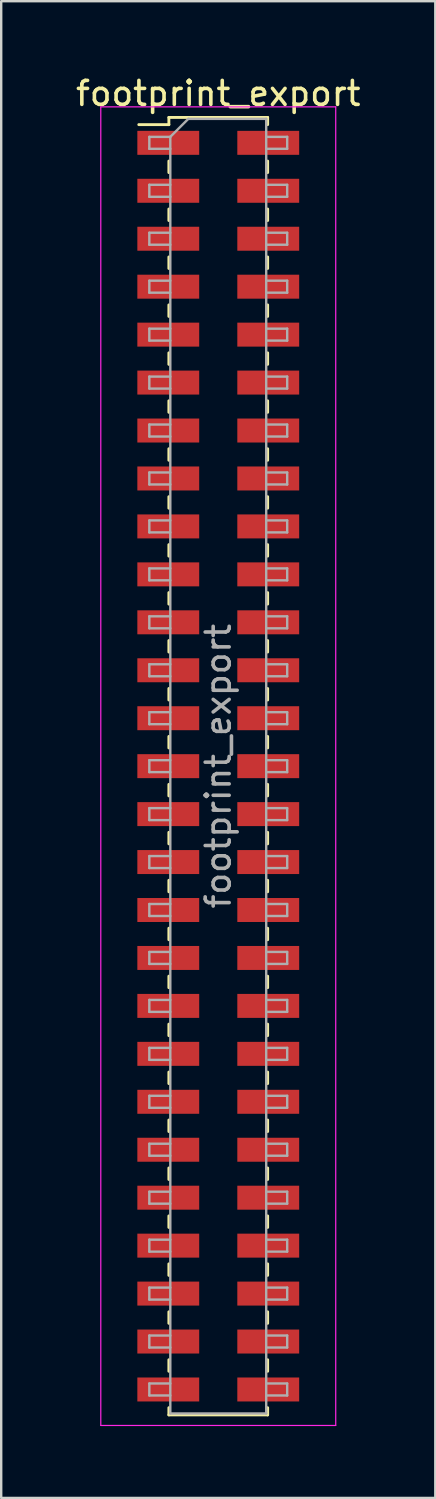
<source format=kicad_pcb>
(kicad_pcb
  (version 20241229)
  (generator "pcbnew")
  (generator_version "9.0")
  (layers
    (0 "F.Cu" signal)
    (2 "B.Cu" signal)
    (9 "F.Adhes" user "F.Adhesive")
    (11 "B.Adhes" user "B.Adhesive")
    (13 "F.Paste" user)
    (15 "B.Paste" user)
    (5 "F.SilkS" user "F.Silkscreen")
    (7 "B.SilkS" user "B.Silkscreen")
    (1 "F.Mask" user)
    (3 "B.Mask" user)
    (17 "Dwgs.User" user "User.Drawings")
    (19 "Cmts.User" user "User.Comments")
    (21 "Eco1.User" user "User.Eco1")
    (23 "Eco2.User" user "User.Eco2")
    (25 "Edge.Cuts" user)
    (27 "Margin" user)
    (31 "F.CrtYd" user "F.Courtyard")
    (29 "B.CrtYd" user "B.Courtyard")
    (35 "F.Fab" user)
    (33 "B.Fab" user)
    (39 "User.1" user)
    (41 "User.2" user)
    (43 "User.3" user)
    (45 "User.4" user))
  (footprint "footprint_export"
    (layer "F.Cu")
    (at 6.054 28.908)
    (property "Reference" "footprint_export" (at 0 -28.06 0) (layer "F.SilkS") (effects (font (size 1 1) (thickness 0.15))))
    (attr smd)
    (fp_line (start -3.315 -26.76) (end -2.06 -26.76) (stroke (width 0.12) (type solid)) (layer "F.SilkS"))
    (fp_line (start -2.06 -27.06) (end -2.06 -26.76) (stroke (width 0.12) (type solid)) (layer "F.SilkS"))
    (fp_line (start -2.06 -27.06) (end 2.06 -27.06) (stroke (width 0.12) (type solid)) (layer "F.SilkS"))
    (fp_line (start -2.06 -25.24) (end -2.06 -24.76) (stroke (width 0.12) (type solid)) (layer "F.SilkS"))
    (fp_line (start -2.06 -23.24) (end -2.06 -22.76) (stroke (width 0.12) (type solid)) (layer "F.SilkS"))
    (fp_line (start -2.06 -21.24) (end -2.06 -20.76) (stroke (width 0.12) (type solid)) (layer "F.SilkS"))
    (fp_line (start -2.06 -19.24) (end -2.06 -18.76) (stroke (width 0.12) (type solid)) (layer "F.SilkS"))
    (fp_line (start -2.06 -17.24) (end -2.06 -16.76) (stroke (width 0.12) (type solid)) (layer "F.SilkS"))
    (fp_line (start -2.06 -15.24) (end -2.06 -14.76) (stroke (width 0.12) (type solid)) (layer "F.SilkS"))
    (fp_line (start -2.06 -13.24) (end -2.06 -12.76) (stroke (width 0.12) (type solid)) (layer "F.SilkS"))
    (fp_line (start -2.06 -11.24) (end -2.06 -10.76) (stroke (width 0.12) (type solid)) (layer "F.SilkS"))
    (fp_line (start -2.06 -9.24) (end -2.06 -8.76) (stroke (width 0.12) (type solid)) (layer "F.SilkS"))
    (fp_line (start -2.06 -7.24) (end -2.06 -6.76) (stroke (width 0.12) (type solid)) (layer "F.SilkS"))
    (fp_line (start -2.06 -5.24) (end -2.06 -4.76) (stroke (width 0.12) (type solid)) (layer "F.SilkS"))
    (fp_line (start -2.06 -3.24) (end -2.06 -2.76) (stroke (width 0.12) (type solid)) (layer "F.SilkS"))
    (fp_line (start -2.06 -1.24) (end -2.06 -0.76) (stroke (width 0.12) (type solid)) (layer "F.SilkS"))
    (fp_line (start -2.06 0.76) (end -2.06 1.24) (stroke (width 0.12) (type solid)) (layer "F.SilkS"))
    (fp_line (start -2.06 2.76) (end -2.06 3.24) (stroke (width 0.12) (type solid)) (layer "F.SilkS"))
    (fp_line (start -2.06 4.76) (end -2.06 5.24) (stroke (width 0.12) (type solid)) (layer "F.SilkS"))
    (fp_line (start -2.06 6.76) (end -2.06 7.24) (stroke (width 0.12) (type solid)) (layer "F.SilkS"))
    (fp_line (start -2.06 8.76) (end -2.06 9.24) (stroke (width 0.12) (type solid)) (layer "F.SilkS"))
    (fp_line (start -2.06 10.76) (end -2.06 11.24) (stroke (width 0.12) (type solid)) (layer "F.SilkS"))
    (fp_line (start -2.06 12.76) (end -2.06 13.24) (stroke (width 0.12) (type solid)) (layer "F.SilkS"))
    (fp_line (start -2.06 14.76) (end -2.06 15.24) (stroke (width 0.12) (type solid)) (layer "F.SilkS"))
    (fp_line (start -2.06 16.76) (end -2.06 17.24) (stroke (width 0.12) (type solid)) (layer "F.SilkS"))
    (fp_line (start -2.06 18.76) (end -2.06 19.24) (stroke (width 0.12) (type solid)) (layer "F.SilkS"))
    (fp_line (start -2.06 20.76) (end -2.06 21.24) (stroke (width 0.12) (type solid)) (layer "F.SilkS"))
    (fp_line (start -2.06 22.76) (end -2.06 23.24) (stroke (width 0.12) (type solid)) (layer "F.SilkS"))
    (fp_line (start -2.06 24.76) (end -2.06 25.24) (stroke (width 0.12) (type solid)) (layer "F.SilkS"))
    (fp_line (start -2.06 26.76) (end -2.06 27.06) (stroke (width 0.12) (type solid)) (layer "F.SilkS"))
    (fp_line (start -2.06 27.06) (end 2.06 27.06) (stroke (width 0.12) (type solid)) (layer "F.SilkS"))
    (fp_line (start 2.06 -27.06) (end 2.06 -26.76) (stroke (width 0.12) (type solid)) (layer "F.SilkS"))
    (fp_line (start 2.06 -25.24) (end 2.06 -24.76) (stroke (width 0.12) (type solid)) (layer "F.SilkS"))
    (fp_line (start 2.06 -23.24) (end 2.06 -22.76) (stroke (width 0.12) (type solid)) (layer "F.SilkS"))
    (fp_line (start 2.06 -21.24) (end 2.06 -20.76) (stroke (width 0.12) (type solid)) (layer "F.SilkS"))
    (fp_line (start 2.06 -19.24) (end 2.06 -18.76) (stroke (width 0.12) (type solid)) (layer "F.SilkS"))
    (fp_line (start 2.06 -17.24) (end 2.06 -16.76) (stroke (width 0.12) (type solid)) (layer "F.SilkS"))
    (fp_line (start 2.06 -15.24) (end 2.06 -14.76) (stroke (width 0.12) (type solid)) (layer "F.SilkS"))
    (fp_line (start 2.06 -13.24) (end 2.06 -12.76) (stroke (width 0.12) (type solid)) (layer "F.SilkS"))
    (fp_line (start 2.06 -11.24) (end 2.06 -10.76) (stroke (width 0.12) (type solid)) (layer "F.SilkS"))
    (fp_line (start 2.06 -9.24) (end 2.06 -8.76) (stroke (width 0.12) (type solid)) (layer "F.SilkS"))
    (fp_line (start 2.06 -7.24) (end 2.06 -6.76) (stroke (width 0.12) (type solid)) (layer "F.SilkS"))
    (fp_line (start 2.06 -5.24) (end 2.06 -4.76) (stroke (width 0.12) (type solid)) (layer "F.SilkS"))
    (fp_line (start 2.06 -3.24) (end 2.06 -2.76) (stroke (width 0.12) (type solid)) (layer "F.SilkS"))
    (fp_line (start 2.06 -1.24) (end 2.06 -0.76) (stroke (width 0.12) (type solid)) (layer "F.SilkS"))
    (fp_line (start 2.06 0.76) (end 2.06 1.24) (stroke (width 0.12) (type solid)) (layer "F.SilkS"))
    (fp_line (start 2.06 2.76) (end 2.06 3.24) (stroke (width 0.12) (type solid)) (layer "F.SilkS"))
    (fp_line (start 2.06 4.76) (end 2.06 5.24) (stroke (width 0.12) (type solid)) (layer "F.SilkS"))
    (fp_line (start 2.06 6.76) (end 2.06 7.24) (stroke (width 0.12) (type solid)) (layer "F.SilkS"))
    (fp_line (start 2.06 8.76) (end 2.06 9.24) (stroke (width 0.12) (type solid)) (layer "F.SilkS"))
    (fp_line (start 2.06 10.76) (end 2.06 11.24) (stroke (width 0.12) (type solid)) (layer "F.SilkS"))
    (fp_line (start 2.06 12.76) (end 2.06 13.24) (stroke (width 0.12) (type solid)) (layer "F.SilkS"))
    (fp_line (start 2.06 14.76) (end 2.06 15.24) (stroke (width 0.12) (type solid)) (layer "F.SilkS"))
    (fp_line (start 2.06 16.76) (end 2.06 17.24) (stroke (width 0.12) (type solid)) (layer "F.SilkS"))
    (fp_line (start 2.06 18.76) (end 2.06 19.24) (stroke (width 0.12) (type solid)) (layer "F.SilkS"))
    (fp_line (start 2.06 20.76) (end 2.06 21.24) (stroke (width 0.12) (type solid)) (layer "F.SilkS"))
    (fp_line (start 2.06 22.76) (end 2.06 23.24) (stroke (width 0.12) (type solid)) (layer "F.SilkS"))
    (fp_line (start 2.06 24.76) (end 2.06 25.24) (stroke (width 0.12) (type solid)) (layer "F.SilkS"))
    (fp_line (start 2.06 26.76) (end 2.06 27.06) (stroke (width 0.12) (type solid)) (layer "F.SilkS"))
    (fp_line (start -4.9 -27.5) (end -4.9 27.5) (stroke (width 0.05) (type solid)) (layer "F.CrtYd"))
    (fp_line (start -4.9 27.5) (end 4.9 27.5) (stroke (width 0.05) (type solid)) (layer "F.CrtYd"))
    (fp_line (start 4.9 -27.5) (end -4.9 -27.5) (stroke (width 0.05) (type solid)) (layer "F.CrtYd"))
    (fp_line (start 4.9 27.5) (end 4.9 -27.5) (stroke (width 0.05) (type solid)) (layer "F.CrtYd"))
    (fp_line (start -2.875 -26.25) (end -2.875 -25.75) (stroke (width 0.1) (type solid)) (layer "F.Fab"))
    (fp_line (start -2.875 -25.75) (end -2 -25.75) (stroke (width 0.1) (type solid)) (layer "F.Fab"))
    (fp_line (start -2.875 -24.25) (end -2.875 -23.75) (stroke (width 0.1) (type solid)) (layer "F.Fab"))
    (fp_line (start -2.875 -23.75) (end -2 -23.75) (stroke (width 0.1) (type solid)) (layer "F.Fab"))
    (fp_line (start -2.875 -22.25) (end -2.875 -21.75) (stroke (width 0.1) (type solid)) (layer "F.Fab"))
    (fp_line (start -2.875 -21.75) (end -2 -21.75) (stroke (width 0.1) (type solid)) (layer "F.Fab"))
    (fp_line (start -2.875 -20.25) (end -2.875 -19.75) (stroke (width 0.1) (type solid)) (layer "F.Fab"))
    (fp_line (start -2.875 -19.75) (end -2 -19.75) (stroke (width 0.1) (type solid)) (layer "F.Fab"))
    (fp_line (start -2.875 -18.25) (end -2.875 -17.75) (stroke (width 0.1) (type solid)) (layer "F.Fab"))
    (fp_line (start -2.875 -17.75) (end -2 -17.75) (stroke (width 0.1) (type solid)) (layer "F.Fab"))
    (fp_line (start -2.875 -16.25) (end -2.875 -15.75) (stroke (width 0.1) (type solid)) (layer "F.Fab"))
    (fp_line (start -2.875 -15.75) (end -2 -15.75) (stroke (width 0.1) (type solid)) (layer "F.Fab"))
    (fp_line (start -2.875 -14.25) (end -2.875 -13.75) (stroke (width 0.1) (type solid)) (layer "F.Fab"))
    (fp_line (start -2.875 -13.75) (end -2 -13.75) (stroke (width 0.1) (type solid)) (layer "F.Fab"))
    (fp_line (start -2.875 -12.25) (end -2.875 -11.75) (stroke (width 0.1) (type solid)) (layer "F.Fab"))
    (fp_line (start -2.875 -11.75) (end -2 -11.75) (stroke (width 0.1) (type solid)) (layer "F.Fab"))
    (fp_line (start -2.875 -10.25) (end -2.875 -9.75) (stroke (width 0.1) (type solid)) (layer "F.Fab"))
    (fp_line (start -2.875 -9.75) (end -2 -9.75) (stroke (width 0.1) (type solid)) (layer "F.Fab"))
    (fp_line (start -2.875 -8.25) (end -2.875 -7.75) (stroke (width 0.1) (type solid)) (layer "F.Fab"))
    (fp_line (start -2.875 -7.75) (end -2 -7.75) (stroke (width 0.1) (type solid)) (layer "F.Fab"))
    (fp_line (start -2.875 -6.25) (end -2.875 -5.75) (stroke (width 0.1) (type solid)) (layer "F.Fab"))
    (fp_line (start -2.875 -5.75) (end -2 -5.75) (stroke (width 0.1) (type solid)) (layer "F.Fab"))
    (fp_line (start -2.875 -4.25) (end -2.875 -3.75) (stroke (width 0.1) (type solid)) (layer "F.Fab"))
    (fp_line (start -2.875 -3.75) (end -2 -3.75) (stroke (width 0.1) (type solid)) (layer "F.Fab"))
    (fp_line (start -2.875 -2.25) (end -2.875 -1.75) (stroke (width 0.1) (type solid)) (layer "F.Fab"))
    (fp_line (start -2.875 -1.75) (end -2 -1.75) (stroke (width 0.1) (type solid)) (layer "F.Fab"))
    (fp_line (start -2.875 -0.25) (end -2.875 0.25) (stroke (width 0.1) (type solid)) (layer "F.Fab"))
    (fp_line (start -2.875 0.25) (end -2 0.25) (stroke (width 0.1) (type solid)) (layer "F.Fab"))
    (fp_line (start -2.875 1.75) (end -2.875 2.25) (stroke (width 0.1) (type solid)) (layer "F.Fab"))
    (fp_line (start -2.875 2.25) (end -2 2.25) (stroke (width 0.1) (type solid)) (layer "F.Fab"))
    (fp_line (start -2.875 3.75) (end -2.875 4.25) (stroke (width 0.1) (type solid)) (layer "F.Fab"))
    (fp_line (start -2.875 4.25) (end -2 4.25) (stroke (width 0.1) (type solid)) (layer "F.Fab"))
    (fp_line (start -2.875 5.75) (end -2.875 6.25) (stroke (width 0.1) (type solid)) (layer "F.Fab"))
    (fp_line (start -2.875 6.25) (end -2 6.25) (stroke (width 0.1) (type solid)) (layer "F.Fab"))
    (fp_line (start -2.875 7.75) (end -2.875 8.25) (stroke (width 0.1) (type solid)) (layer "F.Fab"))
    (fp_line (start -2.875 8.25) (end -2 8.25) (stroke (width 0.1) (type solid)) (layer "F.Fab"))
    (fp_line (start -2.875 9.75) (end -2.875 10.25) (stroke (width 0.1) (type solid)) (layer "F.Fab"))
    (fp_line (start -2.875 10.25) (end -2 10.25) (stroke (width 0.1) (type solid)) (layer "F.Fab"))
    (fp_line (start -2.875 11.75) (end -2.875 12.25) (stroke (width 0.1) (type solid)) (layer "F.Fab"))
    (fp_line (start -2.875 12.25) (end -2 12.25) (stroke (width 0.1) (type solid)) (layer "F.Fab"))
    (fp_line (start -2.875 13.75) (end -2.875 14.25) (stroke (width 0.1) (type solid)) (layer "F.Fab"))
    (fp_line (start -2.875 14.25) (end -2 14.25) (stroke (width 0.1) (type solid)) (layer "F.Fab"))
    (fp_line (start -2.875 15.75) (end -2.875 16.25) (stroke (width 0.1) (type solid)) (layer "F.Fab"))
    (fp_line (start -2.875 16.25) (end -2 16.25) (stroke (width 0.1) (type solid)) (layer "F.Fab"))
    (fp_line (start -2.875 17.75) (end -2.875 18.25) (stroke (width 0.1) (type solid)) (layer "F.Fab"))
    (fp_line (start -2.875 18.25) (end -2 18.25) (stroke (width 0.1) (type solid)) (layer "F.Fab"))
    (fp_line (start -2.875 19.75) (end -2.875 20.25) (stroke (width 0.1) (type solid)) (layer "F.Fab"))
    (fp_line (start -2.875 20.25) (end -2 20.25) (stroke (width 0.1) (type solid)) (layer "F.Fab"))
    (fp_line (start -2.875 21.75) (end -2.875 22.25) (stroke (width 0.1) (type solid)) (layer "F.Fab"))
    (fp_line (start -2.875 22.25) (end -2 22.25) (stroke (width 0.1) (type solid)) (layer "F.Fab"))
    (fp_line (start -2.875 23.75) (end -2.875 24.25) (stroke (width 0.1) (type solid)) (layer "F.Fab"))
    (fp_line (start -2.875 24.25) (end -2 24.25) (stroke (width 0.1) (type solid)) (layer "F.Fab"))
    (fp_line (start -2.875 25.75) (end -2.875 26.25) (stroke (width 0.1) (type solid)) (layer "F.Fab"))
    (fp_line (start -2.875 26.25) (end -2 26.25) (stroke (width 0.1) (type solid)) (layer "F.Fab"))
    (fp_line (start -2 -26.25) (end -2.875 -26.25) (stroke (width 0.1) (type solid)) (layer "F.Fab"))
    (fp_line (start -2 -26.25) (end -1.25 -27) (stroke (width 0.1) (type solid)) (layer "F.Fab"))
    (fp_line (start -2 -24.25) (end -2.875 -24.25) (stroke (width 0.1) (type solid)) (layer "F.Fab"))
    (fp_line (start -2 -22.25) (end -2.875 -22.25) (stroke (width 0.1) (type solid)) (layer "F.Fab"))
    (fp_line (start -2 -20.25) (end -2.875 -20.25) (stroke (width 0.1) (type solid)) (layer "F.Fab"))
    (fp_line (start -2 -18.25) (end -2.875 -18.25) (stroke (width 0.1) (type solid)) (layer "F.Fab"))
    (fp_line (start -2 -16.25) (end -2.875 -16.25) (stroke (width 0.1) (type solid)) (layer "F.Fab"))
    (fp_line (start -2 -14.25) (end -2.875 -14.25) (stroke (width 0.1) (type solid)) (layer "F.Fab"))
    (fp_line (start -2 -12.25) (end -2.875 -12.25) (stroke (width 0.1) (type solid)) (layer "F.Fab"))
    (fp_line (start -2 -10.25) (end -2.875 -10.25) (stroke (width 0.1) (type solid)) (layer "F.Fab"))
    (fp_line (start -2 -8.25) (end -2.875 -8.25) (stroke (width 0.1) (type solid)) (layer "F.Fab"))
    (fp_line (start -2 -6.25) (end -2.875 -6.25) (stroke (width 0.1) (type solid)) (layer "F.Fab"))
    (fp_line (start -2 -4.25) (end -2.875 -4.25) (stroke (width 0.1) (type solid)) (layer "F.Fab"))
    (fp_line (start -2 -2.25) (end -2.875 -2.25) (stroke (width 0.1) (type solid)) (layer "F.Fab"))
    (fp_line (start -2 -0.25) (end -2.875 -0.25) (stroke (width 0.1) (type solid)) (layer "F.Fab"))
    (fp_line (start -2 1.75) (end -2.875 1.75) (stroke (width 0.1) (type solid)) (layer "F.Fab"))
    (fp_line (start -2 3.75) (end -2.875 3.75) (stroke (width 0.1) (type solid)) (layer "F.Fab"))
    (fp_line (start -2 5.75) (end -2.875 5.75) (stroke (width 0.1) (type solid)) (layer "F.Fab"))
    (fp_line (start -2 7.75) (end -2.875 7.75) (stroke (width 0.1) (type solid)) (layer "F.Fab"))
    (fp_line (start -2 9.75) (end -2.875 9.75) (stroke (width 0.1) (type solid)) (layer "F.Fab"))
    (fp_line (start -2 11.75) (end -2.875 11.75) (stroke (width 0.1) (type solid)) (layer "F.Fab"))
    (fp_line (start -2 13.75) (end -2.875 13.75) (stroke (width 0.1) (type solid)) (layer "F.Fab"))
    (fp_line (start -2 15.75) (end -2.875 15.75) (stroke (width 0.1) (type solid)) (layer "F.Fab"))
    (fp_line (start -2 17.75) (end -2.875 17.75) (stroke (width 0.1) (type solid)) (layer "F.Fab"))
    (fp_line (start -2 19.75) (end -2.875 19.75) (stroke (width 0.1) (type solid)) (layer "F.Fab"))
    (fp_line (start -2 21.75) (end -2.875 21.75) (stroke (width 0.1) (type solid)) (layer "F.Fab"))
    (fp_line (start -2 23.75) (end -2.875 23.75) (stroke (width 0.1) (type solid)) (layer "F.Fab"))
    (fp_line (start -2 25.75) (end -2.875 25.75) (stroke (width 0.1) (type solid)) (layer "F.Fab"))
    (fp_line (start -2 27) (end -2 -26.25) (stroke (width 0.1) (type solid)) (layer "F.Fab"))
    (fp_line (start -1.25 -27) (end 2 -27) (stroke (width 0.1) (type solid)) (layer "F.Fab"))
    (fp_line (start 2 -27) (end 2 27) (stroke (width 0.1) (type solid)) (layer "F.Fab"))
    (fp_line (start 2 -26.25) (end 2.875 -26.25) (stroke (width 0.1) (type solid)) (layer "F.Fab"))
    (fp_line (start 2 -24.25) (end 2.875 -24.25) (stroke (width 0.1) (type solid)) (layer "F.Fab"))
    (fp_line (start 2 -22.25) (end 2.875 -22.25) (stroke (width 0.1) (type solid)) (layer "F.Fab"))
    (fp_line (start 2 -20.25) (end 2.875 -20.25) (stroke (width 0.1) (type solid)) (layer "F.Fab"))
    (fp_line (start 2 -18.25) (end 2.875 -18.25) (stroke (width 0.1) (type solid)) (layer "F.Fab"))
    (fp_line (start 2 -16.25) (end 2.875 -16.25) (stroke (width 0.1) (type solid)) (layer "F.Fab"))
    (fp_line (start 2 -14.25) (end 2.875 -14.25) (stroke (width 0.1) (type solid)) (layer "F.Fab"))
    (fp_line (start 2 -12.25) (end 2.875 -12.25) (stroke (width 0.1) (type solid)) (layer "F.Fab"))
    (fp_line (start 2 -10.25) (end 2.875 -10.25) (stroke (width 0.1) (type solid)) (layer "F.Fab"))
    (fp_line (start 2 -8.25) (end 2.875 -8.25) (stroke (width 0.1) (type solid)) (layer "F.Fab"))
    (fp_line (start 2 -6.25) (end 2.875 -6.25) (stroke (width 0.1) (type solid)) (layer "F.Fab"))
    (fp_line (start 2 -4.25) (end 2.875 -4.25) (stroke (width 0.1) (type solid)) (layer "F.Fab"))
    (fp_line (start 2 -2.25) (end 2.875 -2.25) (stroke (width 0.1) (type solid)) (layer "F.Fab"))
    (fp_line (start 2 -0.25) (end 2.875 -0.25) (stroke (width 0.1) (type solid)) (layer "F.Fab"))
    (fp_line (start 2 1.75) (end 2.875 1.75) (stroke (width 0.1) (type solid)) (layer "F.Fab"))
    (fp_line (start 2 3.75) (end 2.875 3.75) (stroke (width 0.1) (type solid)) (layer "F.Fab"))
    (fp_line (start 2 5.75) (end 2.875 5.75) (stroke (width 0.1) (type solid)) (layer "F.Fab"))
    (fp_line (start 2 7.75) (end 2.875 7.75) (stroke (width 0.1) (type solid)) (layer "F.Fab"))
    (fp_line (start 2 9.75) (end 2.875 9.75) (stroke (width 0.1) (type solid)) (layer "F.Fab"))
    (fp_line (start 2 11.75) (end 2.875 11.75) (stroke (width 0.1) (type solid)) (layer "F.Fab"))
    (fp_line (start 2 13.75) (end 2.875 13.75) (stroke (width 0.1) (type solid)) (layer "F.Fab"))
    (fp_line (start 2 15.75) (end 2.875 15.75) (stroke (width 0.1) (type solid)) (layer "F.Fab"))
    (fp_line (start 2 17.75) (end 2.875 17.75) (stroke (width 0.1) (type solid)) (layer "F.Fab"))
    (fp_line (start 2 19.75) (end 2.875 19.75) (stroke (width 0.1) (type solid)) (layer "F.Fab"))
    (fp_line (start 2 21.75) (end 2.875 21.75) (stroke (width 0.1) (type solid)) (layer "F.Fab"))
    (fp_line (start 2 23.75) (end 2.875 23.75) (stroke (width 0.1) (type solid)) (layer "F.Fab"))
    (fp_line (start 2 25.75) (end 2.875 25.75) (stroke (width 0.1) (type solid)) (layer "F.Fab"))
    (fp_line (start 2 27) (end -2 27) (stroke (width 0.1) (type solid)) (layer "F.Fab"))
    (fp_line (start 2.875 -26.25) (end 2.875 -25.75) (stroke (width 0.1) (type solid)) (layer "F.Fab"))
    (fp_line (start 2.875 -25.75) (end 2 -25.75) (stroke (width 0.1) (type solid)) (layer "F.Fab"))
    (fp_line (start 2.875 -24.25) (end 2.875 -23.75) (stroke (width 0.1) (type solid)) (layer "F.Fab"))
    (fp_line (start 2.875 -23.75) (end 2 -23.75) (stroke (width 0.1) (type solid)) (layer "F.Fab"))
    (fp_line (start 2.875 -22.25) (end 2.875 -21.75) (stroke (width 0.1) (type solid)) (layer "F.Fab"))
    (fp_line (start 2.875 -21.75) (end 2 -21.75) (stroke (width 0.1) (type solid)) (layer "F.Fab"))
    (fp_line (start 2.875 -20.25) (end 2.875 -19.75) (stroke (width 0.1) (type solid)) (layer "F.Fab"))
    (fp_line (start 2.875 -19.75) (end 2 -19.75) (stroke (width 0.1) (type solid)) (layer "F.Fab"))
    (fp_line (start 2.875 -18.25) (end 2.875 -17.75) (stroke (width 0.1) (type solid)) (layer "F.Fab"))
    (fp_line (start 2.875 -17.75) (end 2 -17.75) (stroke (width 0.1) (type solid)) (layer "F.Fab"))
    (fp_line (start 2.875 -16.25) (end 2.875 -15.75) (stroke (width 0.1) (type solid)) (layer "F.Fab"))
    (fp_line (start 2.875 -15.75) (end 2 -15.75) (stroke (width 0.1) (type solid)) (layer "F.Fab"))
    (fp_line (start 2.875 -14.25) (end 2.875 -13.75) (stroke (width 0.1) (type solid)) (layer "F.Fab"))
    (fp_line (start 2.875 -13.75) (end 2 -13.75) (stroke (width 0.1) (type solid)) (layer "F.Fab"))
    (fp_line (start 2.875 -12.25) (end 2.875 -11.75) (stroke (width 0.1) (type solid)) (layer "F.Fab"))
    (fp_line (start 2.875 -11.75) (end 2 -11.75) (stroke (width 0.1) (type solid)) (layer "F.Fab"))
    (fp_line (start 2.875 -10.25) (end 2.875 -9.75) (stroke (width 0.1) (type solid)) (layer "F.Fab"))
    (fp_line (start 2.875 -9.75) (end 2 -9.75) (stroke (width 0.1) (type solid)) (layer "F.Fab"))
    (fp_line (start 2.875 -8.25) (end 2.875 -7.75) (stroke (width 0.1) (type solid)) (layer "F.Fab"))
    (fp_line (start 2.875 -7.75) (end 2 -7.75) (stroke (width 0.1) (type solid)) (layer "F.Fab"))
    (fp_line (start 2.875 -6.25) (end 2.875 -5.75) (stroke (width 0.1) (type solid)) (layer "F.Fab"))
    (fp_line (start 2.875 -5.75) (end 2 -5.75) (stroke (width 0.1) (type solid)) (layer "F.Fab"))
    (fp_line (start 2.875 -4.25) (end 2.875 -3.75) (stroke (width 0.1) (type solid)) (layer "F.Fab"))
    (fp_line (start 2.875 -3.75) (end 2 -3.75) (stroke (width 0.1) (type solid)) (layer "F.Fab"))
    (fp_line (start 2.875 -2.25) (end 2.875 -1.75) (stroke (width 0.1) (type solid)) (layer "F.Fab"))
    (fp_line (start 2.875 -1.75) (end 2 -1.75) (stroke (width 0.1) (type solid)) (layer "F.Fab"))
    (fp_line (start 2.875 -0.25) (end 2.875 0.25) (stroke (width 0.1) (type solid)) (layer "F.Fab"))
    (fp_line (start 2.875 0.25) (end 2 0.25) (stroke (width 0.1) (type solid)) (layer "F.Fab"))
    (fp_line (start 2.875 1.75) (end 2.875 2.25) (stroke (width 0.1) (type solid)) (layer "F.Fab"))
    (fp_line (start 2.875 2.25) (end 2 2.25) (stroke (width 0.1) (type solid)) (layer "F.Fab"))
    (fp_line (start 2.875 3.75) (end 2.875 4.25) (stroke (width 0.1) (type solid)) (layer "F.Fab"))
    (fp_line (start 2.875 4.25) (end 2 4.25) (stroke (width 0.1) (type solid)) (layer "F.Fab"))
    (fp_line (start 2.875 5.75) (end 2.875 6.25) (stroke (width 0.1) (type solid)) (layer "F.Fab"))
    (fp_line (start 2.875 6.25) (end 2 6.25) (stroke (width 0.1) (type solid)) (layer "F.Fab"))
    (fp_line (start 2.875 7.75) (end 2.875 8.25) (stroke (width 0.1) (type solid)) (layer "F.Fab"))
    (fp_line (start 2.875 8.25) (end 2 8.25) (stroke (width 0.1) (type solid)) (layer "F.Fab"))
    (fp_line (start 2.875 9.75) (end 2.875 10.25) (stroke (width 0.1) (type solid)) (layer "F.Fab"))
    (fp_line (start 2.875 10.25) (end 2 10.25) (stroke (width 0.1) (type solid)) (layer "F.Fab"))
    (fp_line (start 2.875 11.75) (end 2.875 12.25) (stroke (width 0.1) (type solid)) (layer "F.Fab"))
    (fp_line (start 2.875 12.25) (end 2 12.25) (stroke (width 0.1) (type solid)) (layer "F.Fab"))
    (fp_line (start 2.875 13.75) (end 2.875 14.25) (stroke (width 0.1) (type solid)) (layer "F.Fab"))
    (fp_line (start 2.875 14.25) (end 2 14.25) (stroke (width 0.1) (type solid)) (layer "F.Fab"))
    (fp_line (start 2.875 15.75) (end 2.875 16.25) (stroke (width 0.1) (type solid)) (layer "F.Fab"))
    (fp_line (start 2.875 16.25) (end 2 16.25) (stroke (width 0.1) (type solid)) (layer "F.Fab"))
    (fp_line (start 2.875 17.75) (end 2.875 18.25) (stroke (width 0.1) (type solid)) (layer "F.Fab"))
    (fp_line (start 2.875 18.25) (end 2 18.25) (stroke (width 0.1) (type solid)) (layer "F.Fab"))
    (fp_line (start 2.875 19.75) (end 2.875 20.25) (stroke (width 0.1) (type solid)) (layer "F.Fab"))
    (fp_line (start 2.875 20.25) (end 2 20.25) (stroke (width 0.1) (type solid)) (layer "F.Fab"))
    (fp_line (start 2.875 21.75) (end 2.875 22.25) (stroke (width 0.1) (type solid)) (layer "F.Fab"))
    (fp_line (start 2.875 22.25) (end 2 22.25) (stroke (width 0.1) (type solid)) (layer "F.Fab"))
    (fp_line (start 2.875 23.75) (end 2.875 24.25) (stroke (width 0.1) (type solid)) (layer "F.Fab"))
    (fp_line (start 2.875 24.25) (end 2 24.25) (stroke (width 0.1) (type solid)) (layer "F.Fab"))
    (fp_line (start 2.875 25.75) (end 2.875 26.25) (stroke (width 0.1) (type solid)) (layer "F.Fab"))
    (fp_line (start 2.875 26.25) (end 2 26.25) (stroke (width 0.1) (type solid)) (layer "F.Fab"))
    (fp_text user "${REFERENCE}" (at 0 0 90) (layer "F.Fab") (effects (font (size 1 1) (thickness 0.15))))
    (pad "1" smd rect (at -2.085 -26) (size 2.58 1) (layers "F.Cu" "F.Mask" "F.Paste"))
    (pad "2" smd rect (at 2.085 -26) (size 2.58 1) (layers "F.Cu" "F.Mask" "F.Paste"))
    (pad "3" smd rect (at -2.085 -24) (size 2.58 1) (layers "F.Cu" "F.Mask" "F.Paste"))
    (pad "4" smd rect (at 2.085 -24) (size 2.58 1) (layers "F.Cu" "F.Mask" "F.Paste"))
    (pad "5" smd rect (at -2.085 -22) (size 2.58 1) (layers "F.Cu" "F.Mask" "F.Paste"))
    (pad "6" smd rect (at 2.085 -22) (size 2.58 1) (layers "F.Cu" "F.Mask" "F.Paste"))
    (pad "7" smd rect (at -2.085 -20) (size 2.58 1) (layers "F.Cu" "F.Mask" "F.Paste"))
    (pad "8" smd rect (at 2.085 -20) (size 2.58 1) (layers "F.Cu" "F.Mask" "F.Paste"))
    (pad "9" smd rect (at -2.085 -18) (size 2.58 1) (layers "F.Cu" "F.Mask" "F.Paste"))
    (pad "10" smd rect (at 2.085 -18) (size 2.58 1) (layers "F.Cu" "F.Mask" "F.Paste"))
    (pad "11" smd rect (at -2.085 -16) (size 2.58 1) (layers "F.Cu" "F.Mask" "F.Paste"))
    (pad "12" smd rect (at 2.085 -16) (size 2.58 1) (layers "F.Cu" "F.Mask" "F.Paste"))
    (pad "13" smd rect (at -2.085 -14) (size 2.58 1) (layers "F.Cu" "F.Mask" "F.Paste"))
    (pad "14" smd rect (at 2.085 -14) (size 2.58 1) (layers "F.Cu" "F.Mask" "F.Paste"))
    (pad "15" smd rect (at -2.085 -12) (size 2.58 1) (layers "F.Cu" "F.Mask" "F.Paste"))
    (pad "16" smd rect (at 2.085 -12) (size 2.58 1) (layers "F.Cu" "F.Mask" "F.Paste"))
    (pad "17" smd rect (at -2.085 -10) (size 2.58 1) (layers "F.Cu" "F.Mask" "F.Paste"))
    (pad "18" smd rect (at 2.085 -10) (size 2.58 1) (layers "F.Cu" "F.Mask" "F.Paste"))
    (pad "19" smd rect (at -2.085 -8) (size 2.58 1) (layers "F.Cu" "F.Mask" "F.Paste"))
    (pad "20" smd rect (at 2.085 -8) (size 2.58 1) (layers "F.Cu" "F.Mask" "F.Paste"))
    (pad "21" smd rect (at -2.085 -6) (size 2.58 1) (layers "F.Cu" "F.Mask" "F.Paste"))
    (pad "22" smd rect (at 2.085 -6) (size 2.58 1) (layers "F.Cu" "F.Mask" "F.Paste"))
    (pad "23" smd rect (at -2.085 -4) (size 2.58 1) (layers "F.Cu" "F.Mask" "F.Paste"))
    (pad "24" smd rect (at 2.085 -4) (size 2.58 1) (layers "F.Cu" "F.Mask" "F.Paste"))
    (pad "25" smd rect (at -2.085 -2) (size 2.58 1) (layers "F.Cu" "F.Mask" "F.Paste"))
    (pad "26" smd rect (at 2.085 -2) (size 2.58 1) (layers "F.Cu" "F.Mask" "F.Paste"))
    (pad "27" smd rect (at -2.085 0) (size 2.58 1) (layers "F.Cu" "F.Mask" "F.Paste"))
    (pad "28" smd rect (at 2.085 0) (size 2.58 1) (layers "F.Cu" "F.Mask" "F.Paste"))
    (pad "29" smd rect (at -2.085 2) (size 2.58 1) (layers "F.Cu" "F.Mask" "F.Paste"))
    (pad "30" smd rect (at 2.085 2) (size 2.58 1) (layers "F.Cu" "F.Mask" "F.Paste"))
    (pad "31" smd rect (at -2.085 4) (size 2.58 1) (layers "F.Cu" "F.Mask" "F.Paste"))
    (pad "32" smd rect (at 2.085 4) (size 2.58 1) (layers "F.Cu" "F.Mask" "F.Paste"))
    (pad "33" smd rect (at -2.085 6) (size 2.58 1) (layers "F.Cu" "F.Mask" "F.Paste"))
    (pad "34" smd rect (at 2.085 6) (size 2.58 1) (layers "F.Cu" "F.Mask" "F.Paste"))
    (pad "35" smd rect (at -2.085 8) (size 2.58 1) (layers "F.Cu" "F.Mask" "F.Paste"))
    (pad "36" smd rect (at 2.085 8) (size 2.58 1) (layers "F.Cu" "F.Mask" "F.Paste"))
    (pad "37" smd rect (at -2.085 10) (size 2.58 1) (layers "F.Cu" "F.Mask" "F.Paste"))
    (pad "38" smd rect (at 2.085 10) (size 2.58 1) (layers "F.Cu" "F.Mask" "F.Paste"))
    (pad "39" smd rect (at -2.085 12) (size 2.58 1) (layers "F.Cu" "F.Mask" "F.Paste"))
    (pad "40" smd rect (at 2.085 12) (size 2.58 1) (layers "F.Cu" "F.Mask" "F.Paste"))
    (pad "41" smd rect (at -2.085 14) (size 2.58 1) (layers "F.Cu" "F.Mask" "F.Paste"))
    (pad "42" smd rect (at 2.085 14) (size 2.58 1) (layers "F.Cu" "F.Mask" "F.Paste"))
    (pad "43" smd rect (at -2.085 16) (size 2.58 1) (layers "F.Cu" "F.Mask" "F.Paste"))
    (pad "44" smd rect (at 2.085 16) (size 2.58 1) (layers "F.Cu" "F.Mask" "F.Paste"))
    (pad "45" smd rect (at -2.085 18) (size 2.58 1) (layers "F.Cu" "F.Mask" "F.Paste"))
    (pad "46" smd rect (at 2.085 18) (size 2.58 1) (layers "F.Cu" "F.Mask" "F.Paste"))
    (pad "47" smd rect (at -2.085 20) (size 2.58 1) (layers "F.Cu" "F.Mask" "F.Paste"))
    (pad "48" smd rect (at 2.085 20) (size 2.58 1) (layers "F.Cu" "F.Mask" "F.Paste"))
    (pad "49" smd rect (at -2.085 22) (size 2.58 1) (layers "F.Cu" "F.Mask" "F.Paste"))
    (pad "50" smd rect (at 2.085 22) (size 2.58 1) (layers "F.Cu" "F.Mask" "F.Paste"))
    (pad "51" smd rect (at -2.085 24) (size 2.58 1) (layers "F.Cu" "F.Mask" "F.Paste"))
    (pad "52" smd rect (at 2.085 24) (size 2.58 1) (layers "F.Cu" "F.Mask" "F.Paste"))
    (pad "53" smd rect (at -2.085 26) (size 2.58 1) (layers "F.Cu" "F.Mask" "F.Paste"))
    (pad "54" smd rect (at 2.085 26) (size 2.58 1) (layers "F.Cu" "F.Mask" "F.Paste")))
  (gr_rect
    (start -3 -3)
    (end 15.107 59.433)
    (stroke (width 0.1) (type default))
    (fill no)
    (layer "Edge.Cuts")))
</source>
